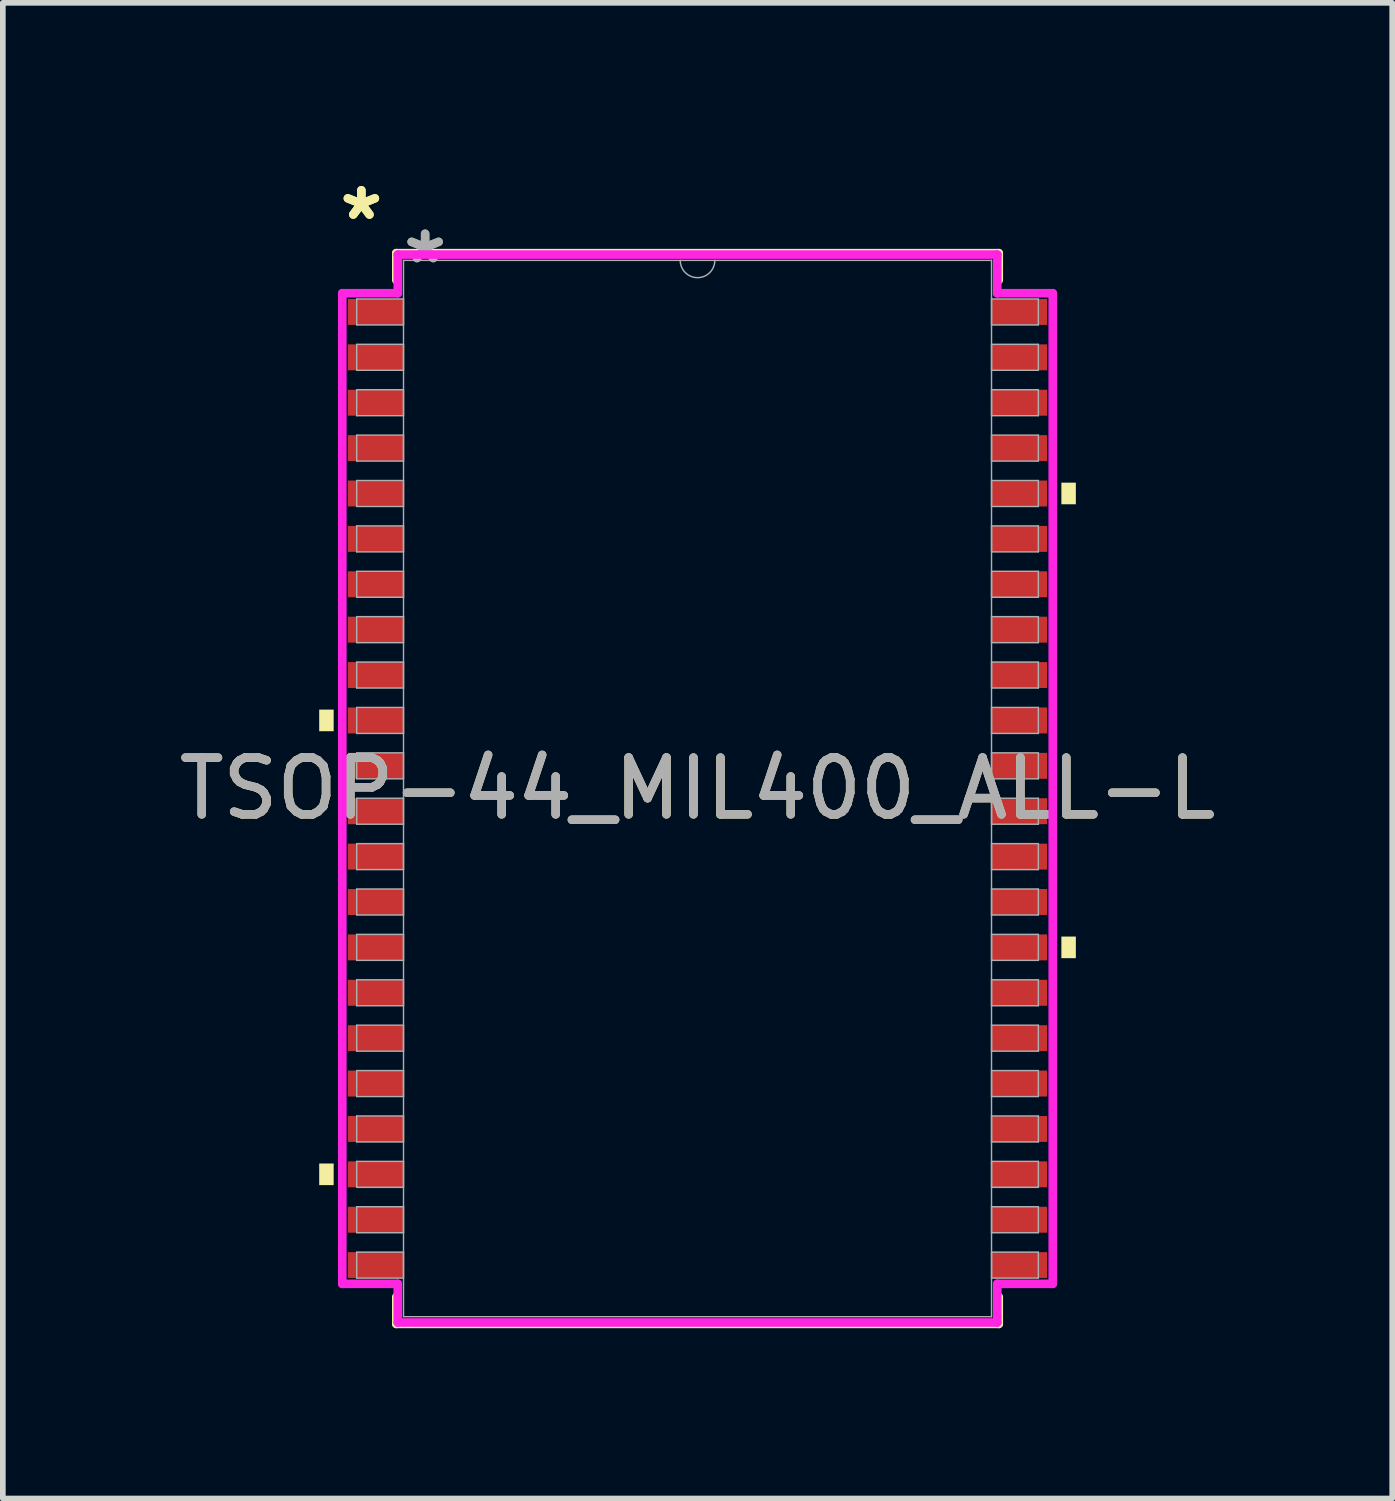
<source format=kicad_pcb>
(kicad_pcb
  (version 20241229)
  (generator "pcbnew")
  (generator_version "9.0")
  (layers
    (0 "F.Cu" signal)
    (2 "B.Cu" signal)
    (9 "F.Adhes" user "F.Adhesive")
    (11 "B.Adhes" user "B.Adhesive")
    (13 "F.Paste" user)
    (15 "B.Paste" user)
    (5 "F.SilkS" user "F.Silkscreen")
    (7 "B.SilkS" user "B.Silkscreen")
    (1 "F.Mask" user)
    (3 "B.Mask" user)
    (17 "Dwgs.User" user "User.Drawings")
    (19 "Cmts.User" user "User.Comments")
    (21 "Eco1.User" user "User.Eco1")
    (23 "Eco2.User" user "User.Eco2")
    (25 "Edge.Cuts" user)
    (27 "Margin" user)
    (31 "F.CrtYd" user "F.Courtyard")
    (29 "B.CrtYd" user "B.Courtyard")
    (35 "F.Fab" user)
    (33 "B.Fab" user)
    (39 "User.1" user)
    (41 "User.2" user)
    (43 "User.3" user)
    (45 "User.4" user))
  (footprint "TSOP-44_MIL400_ALL-L"
    (layer "F.Cu")
    (at 9.244 10.848)
    (property "Reference" "TSOP-44_MIL400_ALL-L" (at 0 0 0) (unlocked yes) (layer "F.SilkS") (effects (font (size 1 1) (thickness 0.15))))
    (attr smd)
    (fp_line (start -5.309 -9.436) (end -5.309 -8.961) (stroke (width 0.152) (type solid)) (layer "F.SilkS"))
    (fp_line (start -5.309 8.961) (end -5.309 9.436) (stroke (width 0.152) (type solid)) (layer "F.SilkS"))
    (fp_line (start -5.309 9.436) (end 5.309 9.436) (stroke (width 0.152) (type solid)) (layer "F.SilkS"))
    (fp_line (start 5.309 -9.436) (end -5.309 -9.436) (stroke (width 0.152) (type solid)) (layer "F.SilkS"))
    (fp_line (start 5.309 -8.961) (end 5.309 -9.436) (stroke (width 0.152) (type solid)) (layer "F.SilkS"))
    (fp_line (start 5.309 9.436) (end 5.309 8.961) (stroke (width 0.152) (type solid)) (layer "F.SilkS"))
    (fp_poly (pts (xy -6.668 -1.391) (xy -6.668 -1.01) (xy -6.413 -1.01) (xy -6.413 -1.391)) (stroke (width 0) (type solid)) (fill yes) (layer "F.SilkS"))
    (fp_poly (pts (xy -6.668 6.609) (xy -6.668 6.99) (xy -6.413 6.99) (xy -6.413 6.609)) (stroke (width 0) (type solid)) (fill yes) (layer "F.SilkS"))
    (fp_poly (pts (xy 6.668 -5.391) (xy 6.668 -5.01) (xy 6.413 -5.01) (xy 6.413 -5.391)) (stroke (width 0) (type solid)) (fill yes) (layer "F.SilkS"))
    (fp_poly (pts (xy 6.668 2.609) (xy 6.668 2.99) (xy 6.413 2.99) (xy 6.413 2.609)) (stroke (width 0) (type solid)) (fill yes) (layer "F.SilkS"))
    (fp_line (start -6.261 -8.73) (end -5.283 -8.73) (stroke (width 0.152) (type solid)) (layer "F.CrtYd"))
    (fp_line (start -6.261 8.73) (end -6.261 -8.73) (stroke (width 0.152) (type solid)) (layer "F.CrtYd"))
    (fp_line (start -6.261 8.73) (end -5.283 8.73) (stroke (width 0.152) (type solid)) (layer "F.CrtYd"))
    (fp_line (start -5.283 -9.411) (end 5.283 -9.411) (stroke (width 0.152) (type solid)) (layer "F.CrtYd"))
    (fp_line (start -5.283 -8.73) (end -5.283 -9.411) (stroke (width 0.152) (type solid)) (layer "F.CrtYd"))
    (fp_line (start -5.283 9.411) (end -5.283 8.73) (stroke (width 0.152) (type solid)) (layer "F.CrtYd"))
    (fp_line (start 5.283 -9.411) (end 5.283 -8.73) (stroke (width 0.152) (type solid)) (layer "F.CrtYd"))
    (fp_line (start 5.283 8.73) (end 5.283 9.411) (stroke (width 0.152) (type solid)) (layer "F.CrtYd"))
    (fp_line (start 5.283 9.411) (end -5.283 9.411) (stroke (width 0.152) (type solid)) (layer "F.CrtYd"))
    (fp_line (start 6.261 -8.73) (end 5.283 -8.73) (stroke (width 0.152) (type solid)) (layer "F.CrtYd"))
    (fp_line (start 6.261 -8.73) (end 6.261 8.73) (stroke (width 0.152) (type solid)) (layer "F.CrtYd"))
    (fp_line (start 6.261 8.73) (end 5.283 8.73) (stroke (width 0.152) (type solid)) (layer "F.CrtYd"))
    (fp_line (start -6.007 -8.629) (end -6.007 -8.171) (stroke (width 0.025) (type solid)) (layer "F.Fab"))
    (fp_line (start -6.007 -8.171) (end -5.182 -8.171) (stroke (width 0.025) (type solid)) (layer "F.Fab"))
    (fp_line (start -6.007 -7.829) (end -6.007 -7.371) (stroke (width 0.025) (type solid)) (layer "F.Fab"))
    (fp_line (start -6.007 -7.371) (end -5.182 -7.371) (stroke (width 0.025) (type solid)) (layer "F.Fab"))
    (fp_line (start -6.007 -7.029) (end -6.007 -6.571) (stroke (width 0.025) (type solid)) (layer "F.Fab"))
    (fp_line (start -6.007 -6.571) (end -5.182 -6.571) (stroke (width 0.025) (type solid)) (layer "F.Fab"))
    (fp_line (start -6.007 -6.229) (end -6.007 -5.771) (stroke (width 0.025) (type solid)) (layer "F.Fab"))
    (fp_line (start -6.007 -5.771) (end -5.182 -5.771) (stroke (width 0.025) (type solid)) (layer "F.Fab"))
    (fp_line (start -6.007 -5.429) (end -6.007 -4.971) (stroke (width 0.025) (type solid)) (layer "F.Fab"))
    (fp_line (start -6.007 -4.971) (end -5.182 -4.971) (stroke (width 0.025) (type solid)) (layer "F.Fab"))
    (fp_line (start -6.007 -4.629) (end -6.007 -4.171) (stroke (width 0.025) (type solid)) (layer "F.Fab"))
    (fp_line (start -6.007 -4.171) (end -5.182 -4.171) (stroke (width 0.025) (type solid)) (layer "F.Fab"))
    (fp_line (start -6.007 -3.829) (end -6.007 -3.371) (stroke (width 0.025) (type solid)) (layer "F.Fab"))
    (fp_line (start -6.007 -3.371) (end -5.182 -3.371) (stroke (width 0.025) (type solid)) (layer "F.Fab"))
    (fp_line (start -6.007 -3.029) (end -6.007 -2.571) (stroke (width 0.025) (type solid)) (layer "F.Fab"))
    (fp_line (start -6.007 -2.571) (end -5.182 -2.571) (stroke (width 0.025) (type solid)) (layer "F.Fab"))
    (fp_line (start -6.007 -2.229) (end -6.007 -1.771) (stroke (width 0.025) (type solid)) (layer "F.Fab"))
    (fp_line (start -6.007 -1.771) (end -5.182 -1.771) (stroke (width 0.025) (type solid)) (layer "F.Fab"))
    (fp_line (start -6.007 -1.429) (end -6.007 -0.971) (stroke (width 0.025) (type solid)) (layer "F.Fab"))
    (fp_line (start -6.007 -0.971) (end -5.182 -0.971) (stroke (width 0.025) (type solid)) (layer "F.Fab"))
    (fp_line (start -6.007 -0.629) (end -6.007 -0.171) (stroke (width 0.025) (type solid)) (layer "F.Fab"))
    (fp_line (start -6.007 -0.171) (end -5.182 -0.171) (stroke (width 0.025) (type solid)) (layer "F.Fab"))
    (fp_line (start -6.007 0.171) (end -6.007 0.629) (stroke (width 0.025) (type solid)) (layer "F.Fab"))
    (fp_line (start -6.007 0.629) (end -5.182 0.629) (stroke (width 0.025) (type solid)) (layer "F.Fab"))
    (fp_line (start -6.007 0.971) (end -6.007 1.429) (stroke (width 0.025) (type solid)) (layer "F.Fab"))
    (fp_line (start -6.007 1.429) (end -5.182 1.429) (stroke (width 0.025) (type solid)) (layer "F.Fab"))
    (fp_line (start -6.007 1.771) (end -6.007 2.229) (stroke (width 0.025) (type solid)) (layer "F.Fab"))
    (fp_line (start -6.007 2.229) (end -5.182 2.229) (stroke (width 0.025) (type solid)) (layer "F.Fab"))
    (fp_line (start -6.007 2.571) (end -6.007 3.029) (stroke (width 0.025) (type solid)) (layer "F.Fab"))
    (fp_line (start -6.007 3.029) (end -5.182 3.029) (stroke (width 0.025) (type solid)) (layer "F.Fab"))
    (fp_line (start -6.007 3.371) (end -6.007 3.829) (stroke (width 0.025) (type solid)) (layer "F.Fab"))
    (fp_line (start -6.007 3.829) (end -5.182 3.829) (stroke (width 0.025) (type solid)) (layer "F.Fab"))
    (fp_line (start -6.007 4.171) (end -6.007 4.629) (stroke (width 0.025) (type solid)) (layer "F.Fab"))
    (fp_line (start -6.007 4.629) (end -5.182 4.629) (stroke (width 0.025) (type solid)) (layer "F.Fab"))
    (fp_line (start -6.007 4.971) (end -6.007 5.429) (stroke (width 0.025) (type solid)) (layer "F.Fab"))
    (fp_line (start -6.007 5.429) (end -5.182 5.429) (stroke (width 0.025) (type solid)) (layer "F.Fab"))
    (fp_line (start -6.007 5.771) (end -6.007 6.229) (stroke (width 0.025) (type solid)) (layer "F.Fab"))
    (fp_line (start -6.007 6.229) (end -5.182 6.229) (stroke (width 0.025) (type solid)) (layer "F.Fab"))
    (fp_line (start -6.007 6.571) (end -6.007 7.029) (stroke (width 0.025) (type solid)) (layer "F.Fab"))
    (fp_line (start -6.007 7.029) (end -5.182 7.029) (stroke (width 0.025) (type solid)) (layer "F.Fab"))
    (fp_line (start -6.007 7.371) (end -6.007 7.829) (stroke (width 0.025) (type solid)) (layer "F.Fab"))
    (fp_line (start -6.007 7.829) (end -5.182 7.829) (stroke (width 0.025) (type solid)) (layer "F.Fab"))
    (fp_line (start -6.007 8.171) (end -6.007 8.629) (stroke (width 0.025) (type solid)) (layer "F.Fab"))
    (fp_line (start -6.007 8.629) (end -5.182 8.629) (stroke (width 0.025) (type solid)) (layer "F.Fab"))
    (fp_line (start -5.182 -9.309) (end -5.182 9.309) (stroke (width 0.025) (type solid)) (layer "F.Fab"))
    (fp_line (start -5.182 -8.629) (end -6.007 -8.629) (stroke (width 0.025) (type solid)) (layer "F.Fab"))
    (fp_line (start -5.182 -8.171) (end -5.182 -8.629) (stroke (width 0.025) (type solid)) (layer "F.Fab"))
    (fp_line (start -5.182 -7.829) (end -6.007 -7.829) (stroke (width 0.025) (type solid)) (layer "F.Fab"))
    (fp_line (start -5.182 -7.371) (end -5.182 -7.829) (stroke (width 0.025) (type solid)) (layer "F.Fab"))
    (fp_line (start -5.182 -7.029) (end -6.007 -7.029) (stroke (width 0.025) (type solid)) (layer "F.Fab"))
    (fp_line (start -5.182 -6.571) (end -5.182 -7.029) (stroke (width 0.025) (type solid)) (layer "F.Fab"))
    (fp_line (start -5.182 -6.229) (end -6.007 -6.229) (stroke (width 0.025) (type solid)) (layer "F.Fab"))
    (fp_line (start -5.182 -5.771) (end -5.182 -6.229) (stroke (width 0.025) (type solid)) (layer "F.Fab"))
    (fp_line (start -5.182 -5.429) (end -6.007 -5.429) (stroke (width 0.025) (type solid)) (layer "F.Fab"))
    (fp_line (start -5.182 -4.971) (end -5.182 -5.429) (stroke (width 0.025) (type solid)) (layer "F.Fab"))
    (fp_line (start -5.182 -4.629) (end -6.007 -4.629) (stroke (width 0.025) (type solid)) (layer "F.Fab"))
    (fp_line (start -5.182 -4.171) (end -5.182 -4.629) (stroke (width 0.025) (type solid)) (layer "F.Fab"))
    (fp_line (start -5.182 -3.829) (end -6.007 -3.829) (stroke (width 0.025) (type solid)) (layer "F.Fab"))
    (fp_line (start -5.182 -3.371) (end -5.182 -3.829) (stroke (width 0.025) (type solid)) (layer "F.Fab"))
    (fp_line (start -5.182 -3.029) (end -6.007 -3.029) (stroke (width 0.025) (type solid)) (layer "F.Fab"))
    (fp_line (start -5.182 -2.571) (end -5.182 -3.029) (stroke (width 0.025) (type solid)) (layer "F.Fab"))
    (fp_line (start -5.182 -2.229) (end -6.007 -2.229) (stroke (width 0.025) (type solid)) (layer "F.Fab"))
    (fp_line (start -5.182 -1.771) (end -5.182 -2.229) (stroke (width 0.025) (type solid)) (layer "F.Fab"))
    (fp_line (start -5.182 -1.429) (end -6.007 -1.429) (stroke (width 0.025) (type solid)) (layer "F.Fab"))
    (fp_line (start -5.182 -0.971) (end -5.182 -1.429) (stroke (width 0.025) (type solid)) (layer "F.Fab"))
    (fp_line (start -5.182 -0.629) (end -6.007 -0.629) (stroke (width 0.025) (type solid)) (layer "F.Fab"))
    (fp_line (start -5.182 -0.171) (end -5.182 -0.629) (stroke (width 0.025) (type solid)) (layer "F.Fab"))
    (fp_line (start -5.182 0.171) (end -6.007 0.171) (stroke (width 0.025) (type solid)) (layer "F.Fab"))
    (fp_line (start -5.182 0.629) (end -5.182 0.171) (stroke (width 0.025) (type solid)) (layer "F.Fab"))
    (fp_line (start -5.182 0.971) (end -6.007 0.971) (stroke (width 0.025) (type solid)) (layer "F.Fab"))
    (fp_line (start -5.182 1.429) (end -5.182 0.971) (stroke (width 0.025) (type solid)) (layer "F.Fab"))
    (fp_line (start -5.182 1.771) (end -6.007 1.771) (stroke (width 0.025) (type solid)) (layer "F.Fab"))
    (fp_line (start -5.182 2.229) (end -5.182 1.771) (stroke (width 0.025) (type solid)) (layer "F.Fab"))
    (fp_line (start -5.182 2.571) (end -6.007 2.571) (stroke (width 0.025) (type solid)) (layer "F.Fab"))
    (fp_line (start -5.182 3.029) (end -5.182 2.571) (stroke (width 0.025) (type solid)) (layer "F.Fab"))
    (fp_line (start -5.182 3.371) (end -6.007 3.371) (stroke (width 0.025) (type solid)) (layer "F.Fab"))
    (fp_line (start -5.182 3.829) (end -5.182 3.371) (stroke (width 0.025) (type solid)) (layer "F.Fab"))
    (fp_line (start -5.182 4.171) (end -6.007 4.171) (stroke (width 0.025) (type solid)) (layer "F.Fab"))
    (fp_line (start -5.182 4.629) (end -5.182 4.171) (stroke (width 0.025) (type solid)) (layer "F.Fab"))
    (fp_line (start -5.182 4.971) (end -6.007 4.971) (stroke (width 0.025) (type solid)) (layer "F.Fab"))
    (fp_line (start -5.182 5.429) (end -5.182 4.971) (stroke (width 0.025) (type solid)) (layer "F.Fab"))
    (fp_line (start -5.182 5.771) (end -6.007 5.771) (stroke (width 0.025) (type solid)) (layer "F.Fab"))
    (fp_line (start -5.182 6.229) (end -5.182 5.771) (stroke (width 0.025) (type solid)) (layer "F.Fab"))
    (fp_line (start -5.182 6.571) (end -6.007 6.571) (stroke (width 0.025) (type solid)) (layer "F.Fab"))
    (fp_line (start -5.182 7.029) (end -5.182 6.571) (stroke (width 0.025) (type solid)) (layer "F.Fab"))
    (fp_line (start -5.182 7.371) (end -6.007 7.371) (stroke (width 0.025) (type solid)) (layer "F.Fab"))
    (fp_line (start -5.182 7.829) (end -5.182 7.371) (stroke (width 0.025) (type solid)) (layer "F.Fab"))
    (fp_line (start -5.182 8.171) (end -6.007 8.171) (stroke (width 0.025) (type solid)) (layer "F.Fab"))
    (fp_line (start -5.182 8.629) (end -5.182 8.171) (stroke (width 0.025) (type solid)) (layer "F.Fab"))
    (fp_line (start -5.182 9.309) (end 5.182 9.309) (stroke (width 0.025) (type solid)) (layer "F.Fab"))
    (fp_line (start 5.182 -9.309) (end -5.182 -9.309) (stroke (width 0.025) (type solid)) (layer "F.Fab"))
    (fp_line (start 5.182 -8.629) (end 5.182 -8.171) (stroke (width 0.025) (type solid)) (layer "F.Fab"))
    (fp_line (start 5.182 -8.171) (end 6.007 -8.171) (stroke (width 0.025) (type solid)) (layer "F.Fab"))
    (fp_line (start 5.182 -7.829) (end 5.182 -7.371) (stroke (width 0.025) (type solid)) (layer "F.Fab"))
    (fp_line (start 5.182 -7.371) (end 6.007 -7.371) (stroke (width 0.025) (type solid)) (layer "F.Fab"))
    (fp_line (start 5.182 -7.029) (end 5.182 -6.571) (stroke (width 0.025) (type solid)) (layer "F.Fab"))
    (fp_line (start 5.182 -6.571) (end 6.007 -6.571) (stroke (width 0.025) (type solid)) (layer "F.Fab"))
    (fp_line (start 5.182 -6.229) (end 5.182 -5.771) (stroke (width 0.025) (type solid)) (layer "F.Fab"))
    (fp_line (start 5.182 -5.771) (end 6.007 -5.771) (stroke (width 0.025) (type solid)) (layer "F.Fab"))
    (fp_line (start 5.182 -5.429) (end 5.182 -4.971) (stroke (width 0.025) (type solid)) (layer "F.Fab"))
    (fp_line (start 5.182 -4.971) (end 6.007 -4.971) (stroke (width 0.025) (type solid)) (layer "F.Fab"))
    (fp_line (start 5.182 -4.629) (end 5.182 -4.171) (stroke (width 0.025) (type solid)) (layer "F.Fab"))
    (fp_line (start 5.182 -4.171) (end 6.007 -4.171) (stroke (width 0.025) (type solid)) (layer "F.Fab"))
    (fp_line (start 5.182 -3.829) (end 5.182 -3.371) (stroke (width 0.025) (type solid)) (layer "F.Fab"))
    (fp_line (start 5.182 -3.371) (end 6.007 -3.371) (stroke (width 0.025) (type solid)) (layer "F.Fab"))
    (fp_line (start 5.182 -3.029) (end 5.182 -2.571) (stroke (width 0.025) (type solid)) (layer "F.Fab"))
    (fp_line (start 5.182 -2.571) (end 6.007 -2.571) (stroke (width 0.025) (type solid)) (layer "F.Fab"))
    (fp_line (start 5.182 -2.229) (end 5.182 -1.771) (stroke (width 0.025) (type solid)) (layer "F.Fab"))
    (fp_line (start 5.182 -1.771) (end 6.007 -1.771) (stroke (width 0.025) (type solid)) (layer "F.Fab"))
    (fp_line (start 5.182 -1.429) (end 5.182 -0.971) (stroke (width 0.025) (type solid)) (layer "F.Fab"))
    (fp_line (start 5.182 -0.971) (end 6.007 -0.971) (stroke (width 0.025) (type solid)) (layer "F.Fab"))
    (fp_line (start 5.182 -0.629) (end 5.182 -0.171) (stroke (width 0.025) (type solid)) (layer "F.Fab"))
    (fp_line (start 5.182 -0.171) (end 6.007 -0.171) (stroke (width 0.025) (type solid)) (layer "F.Fab"))
    (fp_line (start 5.182 0.171) (end 5.182 0.629) (stroke (width 0.025) (type solid)) (layer "F.Fab"))
    (fp_line (start 5.182 0.629) (end 6.007 0.629) (stroke (width 0.025) (type solid)) (layer "F.Fab"))
    (fp_line (start 5.182 0.971) (end 5.182 1.429) (stroke (width 0.025) (type solid)) (layer "F.Fab"))
    (fp_line (start 5.182 1.429) (end 6.007 1.429) (stroke (width 0.025) (type solid)) (layer "F.Fab"))
    (fp_line (start 5.182 1.771) (end 5.182 2.229) (stroke (width 0.025) (type solid)) (layer "F.Fab"))
    (fp_line (start 5.182 2.229) (end 6.007 2.229) (stroke (width 0.025) (type solid)) (layer "F.Fab"))
    (fp_line (start 5.182 2.571) (end 5.182 3.029) (stroke (width 0.025) (type solid)) (layer "F.Fab"))
    (fp_line (start 5.182 3.029) (end 6.007 3.029) (stroke (width 0.025) (type solid)) (layer "F.Fab"))
    (fp_line (start 5.182 3.371) (end 5.182 3.829) (stroke (width 0.025) (type solid)) (layer "F.Fab"))
    (fp_line (start 5.182 3.829) (end 6.007 3.829) (stroke (width 0.025) (type solid)) (layer "F.Fab"))
    (fp_line (start 5.182 4.171) (end 5.182 4.629) (stroke (width 0.025) (type solid)) (layer "F.Fab"))
    (fp_line (start 5.182 4.629) (end 6.007 4.629) (stroke (width 0.025) (type solid)) (layer "F.Fab"))
    (fp_line (start 5.182 4.971) (end 5.182 5.429) (stroke (width 0.025) (type solid)) (layer "F.Fab"))
    (fp_line (start 5.182 5.429) (end 6.007 5.429) (stroke (width 0.025) (type solid)) (layer "F.Fab"))
    (fp_line (start 5.182 5.771) (end 5.182 6.229) (stroke (width 0.025) (type solid)) (layer "F.Fab"))
    (fp_line (start 5.182 6.229) (end 6.007 6.229) (stroke (width 0.025) (type solid)) (layer "F.Fab"))
    (fp_line (start 5.182 6.571) (end 5.182 7.029) (stroke (width 0.025) (type solid)) (layer "F.Fab"))
    (fp_line (start 5.182 7.029) (end 6.007 7.029) (stroke (width 0.025) (type solid)) (layer "F.Fab"))
    (fp_line (start 5.182 7.371) (end 5.182 7.829) (stroke (width 0.025) (type solid)) (layer "F.Fab"))
    (fp_line (start 5.182 7.829) (end 6.007 7.829) (stroke (width 0.025) (type solid)) (layer "F.Fab"))
    (fp_line (start 5.182 8.171) (end 5.182 8.629) (stroke (width 0.025) (type solid)) (layer "F.Fab"))
    (fp_line (start 5.182 8.629) (end 6.007 8.629) (stroke (width 0.025) (type solid)) (layer "F.Fab"))
    (fp_line (start 5.182 9.309) (end 5.182 -9.309) (stroke (width 0.025) (type solid)) (layer "F.Fab"))
    (fp_line (start 6.007 -8.629) (end 5.182 -8.629) (stroke (width 0.025) (type solid)) (layer "F.Fab"))
    (fp_line (start 6.007 -8.171) (end 6.007 -8.629) (stroke (width 0.025) (type solid)) (layer "F.Fab"))
    (fp_line (start 6.007 -7.829) (end 5.182 -7.829) (stroke (width 0.025) (type solid)) (layer "F.Fab"))
    (fp_line (start 6.007 -7.371) (end 6.007 -7.829) (stroke (width 0.025) (type solid)) (layer "F.Fab"))
    (fp_line (start 6.007 -7.029) (end 5.182 -7.029) (stroke (width 0.025) (type solid)) (layer "F.Fab"))
    (fp_line (start 6.007 -6.571) (end 6.007 -7.029) (stroke (width 0.025) (type solid)) (layer "F.Fab"))
    (fp_line (start 6.007 -6.229) (end 5.182 -6.229) (stroke (width 0.025) (type solid)) (layer "F.Fab"))
    (fp_line (start 6.007 -5.771) (end 6.007 -6.229) (stroke (width 0.025) (type solid)) (layer "F.Fab"))
    (fp_line (start 6.007 -5.429) (end 5.182 -5.429) (stroke (width 0.025) (type solid)) (layer "F.Fab"))
    (fp_line (start 6.007 -4.971) (end 6.007 -5.429) (stroke (width 0.025) (type solid)) (layer "F.Fab"))
    (fp_line (start 6.007 -4.629) (end 5.182 -4.629) (stroke (width 0.025) (type solid)) (layer "F.Fab"))
    (fp_line (start 6.007 -4.171) (end 6.007 -4.629) (stroke (width 0.025) (type solid)) (layer "F.Fab"))
    (fp_line (start 6.007 -3.829) (end 5.182 -3.829) (stroke (width 0.025) (type solid)) (layer "F.Fab"))
    (fp_line (start 6.007 -3.371) (end 6.007 -3.829) (stroke (width 0.025) (type solid)) (layer "F.Fab"))
    (fp_line (start 6.007 -3.029) (end 5.182 -3.029) (stroke (width 0.025) (type solid)) (layer "F.Fab"))
    (fp_line (start 6.007 -2.571) (end 6.007 -3.029) (stroke (width 0.025) (type solid)) (layer "F.Fab"))
    (fp_line (start 6.007 -2.229) (end 5.182 -2.229) (stroke (width 0.025) (type solid)) (layer "F.Fab"))
    (fp_line (start 6.007 -1.771) (end 6.007 -2.229) (stroke (width 0.025) (type solid)) (layer "F.Fab"))
    (fp_line (start 6.007 -1.429) (end 5.182 -1.429) (stroke (width 0.025) (type solid)) (layer "F.Fab"))
    (fp_line (start 6.007 -0.971) (end 6.007 -1.429) (stroke (width 0.025) (type solid)) (layer "F.Fab"))
    (fp_line (start 6.007 -0.629) (end 5.182 -0.629) (stroke (width 0.025) (type solid)) (layer "F.Fab"))
    (fp_line (start 6.007 -0.171) (end 6.007 -0.629) (stroke (width 0.025) (type solid)) (layer "F.Fab"))
    (fp_line (start 6.007 0.171) (end 5.182 0.171) (stroke (width 0.025) (type solid)) (layer "F.Fab"))
    (fp_line (start 6.007 0.629) (end 6.007 0.171) (stroke (width 0.025) (type solid)) (layer "F.Fab"))
    (fp_line (start 6.007 0.971) (end 5.182 0.971) (stroke (width 0.025) (type solid)) (layer "F.Fab"))
    (fp_line (start 6.007 1.429) (end 6.007 0.971) (stroke (width 0.025) (type solid)) (layer "F.Fab"))
    (fp_line (start 6.007 1.771) (end 5.182 1.771) (stroke (width 0.025) (type solid)) (layer "F.Fab"))
    (fp_line (start 6.007 2.229) (end 6.007 1.771) (stroke (width 0.025) (type solid)) (layer "F.Fab"))
    (fp_line (start 6.007 2.571) (end 5.182 2.571) (stroke (width 0.025) (type solid)) (layer "F.Fab"))
    (fp_line (start 6.007 3.029) (end 6.007 2.571) (stroke (width 0.025) (type solid)) (layer "F.Fab"))
    (fp_line (start 6.007 3.371) (end 5.182 3.371) (stroke (width 0.025) (type solid)) (layer "F.Fab"))
    (fp_line (start 6.007 3.829) (end 6.007 3.371) (stroke (width 0.025) (type solid)) (layer "F.Fab"))
    (fp_line (start 6.007 4.171) (end 5.182 4.171) (stroke (width 0.025) (type solid)) (layer "F.Fab"))
    (fp_line (start 6.007 4.629) (end 6.007 4.171) (stroke (width 0.025) (type solid)) (layer "F.Fab"))
    (fp_line (start 6.007 4.971) (end 5.182 4.971) (stroke (width 0.025) (type solid)) (layer "F.Fab"))
    (fp_line (start 6.007 5.429) (end 6.007 4.971) (stroke (width 0.025) (type solid)) (layer "F.Fab"))
    (fp_line (start 6.007 5.771) (end 5.182 5.771) (stroke (width 0.025) (type solid)) (layer "F.Fab"))
    (fp_line (start 6.007 6.229) (end 6.007 5.771) (stroke (width 0.025) (type solid)) (layer "F.Fab"))
    (fp_line (start 6.007 6.571) (end 5.182 6.571) (stroke (width 0.025) (type solid)) (layer "F.Fab"))
    (fp_line (start 6.007 7.029) (end 6.007 6.571) (stroke (width 0.025) (type solid)) (layer "F.Fab"))
    (fp_line (start 6.007 7.371) (end 5.182 7.371) (stroke (width 0.025) (type solid)) (layer "F.Fab"))
    (fp_line (start 6.007 7.829) (end 6.007 7.371) (stroke (width 0.025) (type solid)) (layer "F.Fab"))
    (fp_line (start 6.007 8.171) (end 5.182 8.171) (stroke (width 0.025) (type solid)) (layer "F.Fab"))
    (fp_line (start 6.007 8.629) (end 6.007 8.171) (stroke (width 0.025) (type solid)) (layer "F.Fab"))
    (fp_arc (start 0.3048 -9.3091) (mid 0 -9.0043) (end -0.3048 -9.3091) (stroke (width 0.0254) (type solid)) (layer "F.Fab"))
    (fp_text user "*" (at -5.925 -10 0) (unlocked yes) (layer "F.SilkS") (effects (font (size 1 1) (thickness 0.15))))
    (fp_text user "*" (at -5.925 -10 0) (layer "F.SilkS") (effects (font (size 1 1) (thickness 0.15))))
    (fp_text user "${REFERENCE}" (at 0 0 0) (unlocked yes) (layer "F.Fab") (effects (font (size 1 1) (thickness 0.15))))
    (fp_text user "*" (at -4.801 -9.233 0) (layer "F.Fab") (effects (font (size 1 1) (thickness 0.15))))
    (fp_text user "*" (at -4.801 -9.233 0) (unlocked yes) (layer "F.Fab") (effects (font (size 1 1) (thickness 0.15))))
    (pad "1" smd rect (at -5.671 -8.4) (size 0.978 0.457) (layers "F.Cu" "F.Mask" "F.Paste"))
    (pad "2" smd rect (at -5.671 -7.6) (size 0.978 0.457) (layers "F.Cu" "F.Mask" "F.Paste"))
    (pad "3" smd rect (at -5.671 -6.8) (size 0.978 0.457) (layers "F.Cu" "F.Mask" "F.Paste"))
    (pad "4" smd rect (at -5.671 -6) (size 0.978 0.457) (layers "F.Cu" "F.Mask" "F.Paste"))
    (pad "5" smd rect (at -5.671 -5.2) (size 0.978 0.457) (layers "F.Cu" "F.Mask" "F.Paste"))
    (pad "6" smd rect (at -5.671 -4.4) (size 0.978 0.457) (layers "F.Cu" "F.Mask" "F.Paste"))
    (pad "7" smd rect (at -5.671 -3.6) (size 0.978 0.457) (layers "F.Cu" "F.Mask" "F.Paste"))
    (pad "8" smd rect (at -5.671 -2.8) (size 0.978 0.457) (layers "F.Cu" "F.Mask" "F.Paste"))
    (pad "9" smd rect (at -5.671 -2) (size 0.978 0.457) (layers "F.Cu" "F.Mask" "F.Paste"))
    (pad "10" smd rect (at -5.671 -1.2) (size 0.978 0.457) (layers "F.Cu" "F.Mask" "F.Paste"))
    (pad "11" smd rect (at -5.671 -0.4) (size 0.978 0.457) (layers "F.Cu" "F.Mask" "F.Paste"))
    (pad "12" smd rect (at -5.671 0.4) (size 0.978 0.457) (layers "F.Cu" "F.Mask" "F.Paste"))
    (pad "13" smd rect (at -5.671 1.2) (size 0.978 0.457) (layers "F.Cu" "F.Mask" "F.Paste"))
    (pad "14" smd rect (at -5.671 2) (size 0.978 0.457) (layers "F.Cu" "F.Mask" "F.Paste"))
    (pad "15" smd rect (at -5.671 2.8) (size 0.978 0.457) (layers "F.Cu" "F.Mask" "F.Paste"))
    (pad "16" smd rect (at -5.671 3.6) (size 0.978 0.457) (layers "F.Cu" "F.Mask" "F.Paste"))
    (pad "17" smd rect (at -5.671 4.4) (size 0.978 0.457) (layers "F.Cu" "F.Mask" "F.Paste"))
    (pad "18" smd rect (at -5.671 5.2) (size 0.978 0.457) (layers "F.Cu" "F.Mask" "F.Paste"))
    (pad "19" smd rect (at -5.671 6) (size 0.978 0.457) (layers "F.Cu" "F.Mask" "F.Paste"))
    (pad "20" smd rect (at -5.671 6.8) (size 0.978 0.457) (layers "F.Cu" "F.Mask" "F.Paste"))
    (pad "21" smd rect (at -5.671 7.6) (size 0.978 0.457) (layers "F.Cu" "F.Mask" "F.Paste"))
    (pad "22" smd rect (at -5.671 8.4) (size 0.978 0.457) (layers "F.Cu" "F.Mask" "F.Paste"))
    (pad "23" smd rect (at 5.671 8.4) (size 0.978 0.457) (layers "F.Cu" "F.Mask" "F.Paste"))
    (pad "24" smd rect (at 5.671 7.6) (size 0.978 0.457) (layers "F.Cu" "F.Mask" "F.Paste"))
    (pad "25" smd rect (at 5.671 6.8) (size 0.978 0.457) (layers "F.Cu" "F.Mask" "F.Paste"))
    (pad "26" smd rect (at 5.671 6) (size 0.978 0.457) (layers "F.Cu" "F.Mask" "F.Paste"))
    (pad "27" smd rect (at 5.671 5.2) (size 0.978 0.457) (layers "F.Cu" "F.Mask" "F.Paste"))
    (pad "28" smd rect (at 5.671 4.4) (size 0.978 0.457) (layers "F.Cu" "F.Mask" "F.Paste"))
    (pad "29" smd rect (at 5.671 3.6) (size 0.978 0.457) (layers "F.Cu" "F.Mask" "F.Paste"))
    (pad "30" smd rect (at 5.671 2.8) (size 0.978 0.457) (layers "F.Cu" "F.Mask" "F.Paste"))
    (pad "31" smd rect (at 5.671 2) (size 0.978 0.457) (layers "F.Cu" "F.Mask" "F.Paste"))
    (pad "32" smd rect (at 5.671 1.2) (size 0.978 0.457) (layers "F.Cu" "F.Mask" "F.Paste"))
    (pad "33" smd rect (at 5.671 0.4) (size 0.978 0.457) (layers "F.Cu" "F.Mask" "F.Paste"))
    (pad "34" smd rect (at 5.671 -0.4) (size 0.978 0.457) (layers "F.Cu" "F.Mask" "F.Paste"))
    (pad "35" smd rect (at 5.671 -1.2) (size 0.978 0.457) (layers "F.Cu" "F.Mask" "F.Paste"))
    (pad "36" smd rect (at 5.671 -2) (size 0.978 0.457) (layers "F.Cu" "F.Mask" "F.Paste"))
    (pad "37" smd rect (at 5.671 -2.8) (size 0.978 0.457) (layers "F.Cu" "F.Mask" "F.Paste"))
    (pad "38" smd rect (at 5.671 -3.6) (size 0.978 0.457) (layers "F.Cu" "F.Mask" "F.Paste"))
    (pad "39" smd rect (at 5.671 -4.4) (size 0.978 0.457) (layers "F.Cu" "F.Mask" "F.Paste"))
    (pad "40" smd rect (at 5.671 -5.2) (size 0.978 0.457) (layers "F.Cu" "F.Mask" "F.Paste"))
    (pad "41" smd rect (at 5.671 -6) (size 0.978 0.457) (layers "F.Cu" "F.Mask" "F.Paste"))
    (pad "42" smd rect (at 5.671 -6.8) (size 0.978 0.457) (layers "F.Cu" "F.Mask" "F.Paste"))
    (pad "43" smd rect (at 5.671 -7.6) (size 0.978 0.457) (layers "F.Cu" "F.Mask" "F.Paste"))
    (pad "44" smd rect (at 5.671 -8.4) (size 0.978 0.457) (layers "F.Cu" "F.Mask" "F.Paste")))
  (gr_rect
    (start -3 -3)
    (end 21.488 23.361)
    (stroke (width 0.1) (type default))
    (fill no)
    (layer "Edge.Cuts")))
</source>
